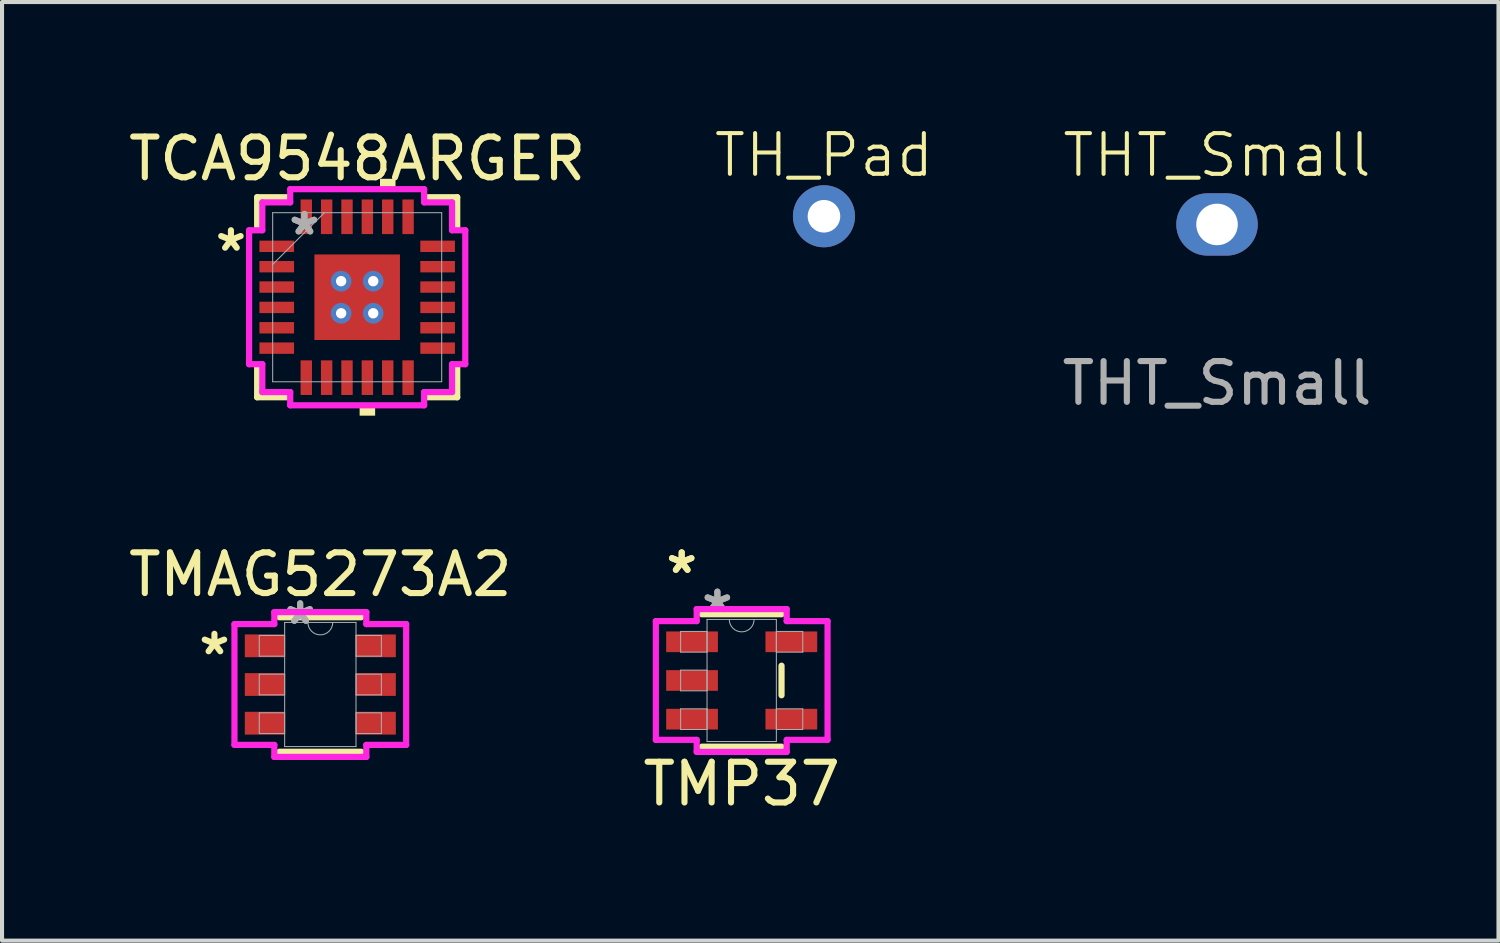
<source format=kicad_pcb>
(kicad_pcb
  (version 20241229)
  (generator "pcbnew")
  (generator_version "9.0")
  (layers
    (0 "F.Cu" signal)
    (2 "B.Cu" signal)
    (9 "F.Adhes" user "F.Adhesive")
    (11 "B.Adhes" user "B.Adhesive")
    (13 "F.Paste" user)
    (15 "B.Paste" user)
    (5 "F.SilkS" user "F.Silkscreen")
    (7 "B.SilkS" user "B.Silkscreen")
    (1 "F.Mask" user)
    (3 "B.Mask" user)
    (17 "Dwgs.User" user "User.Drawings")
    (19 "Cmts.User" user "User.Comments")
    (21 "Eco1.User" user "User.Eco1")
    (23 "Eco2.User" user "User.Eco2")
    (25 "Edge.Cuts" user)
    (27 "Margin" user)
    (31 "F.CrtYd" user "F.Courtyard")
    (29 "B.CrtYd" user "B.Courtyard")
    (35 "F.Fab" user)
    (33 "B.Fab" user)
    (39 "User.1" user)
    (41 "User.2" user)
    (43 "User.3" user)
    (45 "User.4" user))
  (footprint "TMAG5273A2"
    (layer "F.Cu")
    (at 4.815 13.757)
    (property "Reference" "TMAG5273A2" (at 0 -2.7 0) (unlocked yes) (layer "F.SilkS") (effects (font (size 1 1) (thickness 0.15))))
    (attr smd)
    (fp_line (start -1.003 1.651) (end 1.003 1.651) (stroke (width 0.152) (type solid)) (layer "F.SilkS"))
    (fp_line (start 1.003 -1.651) (end -1.003 -1.651) (stroke (width 0.152) (type solid)) (layer "F.SilkS"))
    (fp_line (start -2.108 -1.483) (end -1.13 -1.483) (stroke (width 0.152) (type solid)) (layer "F.CrtYd"))
    (fp_line (start -2.108 1.483) (end -2.108 -1.483) (stroke (width 0.152) (type solid)) (layer "F.CrtYd"))
    (fp_line (start -2.108 1.483) (end -1.13 1.483) (stroke (width 0.152) (type solid)) (layer "F.CrtYd"))
    (fp_line (start -1.13 -1.778) (end 1.13 -1.778) (stroke (width 0.152) (type solid)) (layer "F.CrtYd"))
    (fp_line (start -1.13 -1.483) (end -1.13 -1.778) (stroke (width 0.152) (type solid)) (layer "F.CrtYd"))
    (fp_line (start -1.13 1.778) (end -1.13 1.483) (stroke (width 0.152) (type solid)) (layer "F.CrtYd"))
    (fp_line (start 1.13 -1.778) (end 1.13 -1.483) (stroke (width 0.152) (type solid)) (layer "F.CrtYd"))
    (fp_line (start 1.13 1.483) (end 1.13 1.778) (stroke (width 0.152) (type solid)) (layer "F.CrtYd"))
    (fp_line (start 1.13 1.778) (end -1.13 1.778) (stroke (width 0.152) (type solid)) (layer "F.CrtYd"))
    (fp_line (start 2.108 -1.483) (end 1.13 -1.483) (stroke (width 0.152) (type solid)) (layer "F.CrtYd"))
    (fp_line (start 2.108 -1.483) (end 2.108 1.483) (stroke (width 0.152) (type solid)) (layer "F.CrtYd"))
    (fp_line (start 2.108 1.483) (end 1.13 1.483) (stroke (width 0.152) (type solid)) (layer "F.CrtYd"))
    (fp_line (start -1.499 -1.204) (end -1.499 -0.696) (stroke (width 0.025) (type solid)) (layer "F.Fab"))
    (fp_line (start -1.499 -0.696) (end -0.876 -0.696) (stroke (width 0.025) (type solid)) (layer "F.Fab"))
    (fp_line (start -1.499 -0.254) (end -1.499 0.254) (stroke (width 0.025) (type solid)) (layer "F.Fab"))
    (fp_line (start -1.499 0.254) (end -0.876 0.254) (stroke (width 0.025) (type solid)) (layer "F.Fab"))
    (fp_line (start -1.499 0.696) (end -1.499 1.204) (stroke (width 0.025) (type solid)) (layer "F.Fab"))
    (fp_line (start -1.499 1.204) (end -0.876 1.204) (stroke (width 0.025) (type solid)) (layer "F.Fab"))
    (fp_line (start -0.876 -1.524) (end -0.876 1.524) (stroke (width 0.025) (type solid)) (layer "F.Fab"))
    (fp_line (start -0.876 -1.204) (end -1.499 -1.204) (stroke (width 0.025) (type solid)) (layer "F.Fab"))
    (fp_line (start -0.876 -0.696) (end -0.876 -1.204) (stroke (width 0.025) (type solid)) (layer "F.Fab"))
    (fp_line (start -0.876 -0.254) (end -1.499 -0.254) (stroke (width 0.025) (type solid)) (layer "F.Fab"))
    (fp_line (start -0.876 0.254) (end -0.876 -0.254) (stroke (width 0.025) (type solid)) (layer "F.Fab"))
    (fp_line (start -0.876 0.696) (end -1.499 0.696) (stroke (width 0.025) (type solid)) (layer "F.Fab"))
    (fp_line (start -0.876 1.204) (end -0.876 0.696) (stroke (width 0.025) (type solid)) (layer "F.Fab"))
    (fp_line (start -0.876 1.524) (end 0.876 1.524) (stroke (width 0.025) (type solid)) (layer "F.Fab"))
    (fp_line (start 0.876 -1.524) (end -0.876 -1.524) (stroke (width 0.025) (type solid)) (layer "F.Fab"))
    (fp_line (start 0.876 -1.204) (end 0.876 -0.696) (stroke (width 0.025) (type solid)) (layer "F.Fab"))
    (fp_line (start 0.876 -0.696) (end 1.499 -0.696) (stroke (width 0.025) (type solid)) (layer "F.Fab"))
    (fp_line (start 0.876 -0.254) (end 0.876 0.254) (stroke (width 0.025) (type solid)) (layer "F.Fab"))
    (fp_line (start 0.876 0.254) (end 1.499 0.254) (stroke (width 0.025) (type solid)) (layer "F.Fab"))
    (fp_line (start 0.876 0.696) (end 0.876 1.204) (stroke (width 0.025) (type solid)) (layer "F.Fab"))
    (fp_line (start 0.876 1.204) (end 1.499 1.204) (stroke (width 0.025) (type solid)) (layer "F.Fab"))
    (fp_line (start 0.876 1.524) (end 0.876 -1.524) (stroke (width 0.025) (type solid)) (layer "F.Fab"))
    (fp_line (start 1.499 -1.204) (end 0.876 -1.204) (stroke (width 0.025) (type solid)) (layer "F.Fab"))
    (fp_line (start 1.499 -0.696) (end 1.499 -1.204) (stroke (width 0.025) (type solid)) (layer "F.Fab"))
    (fp_line (start 1.499 -0.254) (end 0.876 -0.254) (stroke (width 0.025) (type solid)) (layer "F.Fab"))
    (fp_line (start 1.499 0.254) (end 1.499 -0.254) (stroke (width 0.025) (type solid)) (layer "F.Fab"))
    (fp_line (start 1.499 0.696) (end 0.876 0.696) (stroke (width 0.025) (type solid)) (layer "F.Fab"))
    (fp_line (start 1.499 1.204) (end 1.499 0.696) (stroke (width 0.025) (type solid)) (layer "F.Fab"))
    (fp_arc (start 0.3048 -1.524) (mid 0 -1.2192) (end -0.3048 -1.524) (stroke (width 0.0254) (type solid)) (layer "F.Fab"))
    (fp_text user "*" (at -2.6 -0.7 0) (layer "F.SilkS") (effects (font (size 1 1) (thickness 0.15))))
    (fp_text user "*" (at -0.495 -1.448 0) (unlocked yes) (layer "F.Fab") (effects (font (size 1 1) (thickness 0.15))))
    (fp_text user "*" (at -0.495 -1.448 0) (layer "F.Fab") (effects (font (size 1 1) (thickness 0.15))))
    (pad "1" smd rect (at -1.365 -0.95) (size 0.978 0.559) (layers "F.Cu" "F.Mask" "F.Paste"))
    (pad "2" smd rect (at -1.365 0) (size 0.978 0.559) (layers "F.Cu" "F.Mask" "F.Paste"))
    (pad "3" smd rect (at -1.365 0.95) (size 0.978 0.559) (layers "F.Cu" "F.Mask" "F.Paste"))
    (pad "4" smd rect (at 1.365 0.95) (size 0.978 0.559) (layers "F.Cu" "F.Mask" "F.Paste"))
    (pad "5" smd rect (at 1.365 0) (size 0.978 0.559) (layers "F.Cu" "F.Mask" "F.Paste"))
    (pad "6" smd rect (at 1.365 -0.95) (size 0.978 0.559) (layers "F.Cu" "F.Mask" "F.Paste")))
  (footprint "TMP37"
    (layer "F.Cu")
    (at 15.161 13.658)
    (property "Reference" "TMP37" (at 0 2.54 0) (unlocked yes) (layer "F.SilkS") (effects (font (size 1 1) (thickness 0.15))))
    (attr smd)
    (fp_line (start -0.978 1.626) (end 0.978 1.626) (stroke (width 0.152) (type solid)) (layer "F.SilkS"))
    (fp_line (start 0.978 -1.626) (end -0.978 -1.626) (stroke (width 0.152) (type solid)) (layer "F.SilkS"))
    (fp_line (start 0.978 0.363) (end 0.978 -0.363) (stroke (width 0.152) (type solid)) (layer "F.SilkS"))
    (fp_line (start -2.108 -1.458) (end -1.105 -1.458) (stroke (width 0.152) (type solid)) (layer "F.CrtYd"))
    (fp_line (start -2.108 1.458) (end -2.108 -1.458) (stroke (width 0.152) (type solid)) (layer "F.CrtYd"))
    (fp_line (start -1.105 -1.753) (end 1.105 -1.753) (stroke (width 0.152) (type solid)) (layer "F.CrtYd"))
    (fp_line (start -1.105 -1.458) (end -1.105 -1.753) (stroke (width 0.152) (type solid)) (layer "F.CrtYd"))
    (fp_line (start -1.105 1.458) (end -2.108 1.458) (stroke (width 0.152) (type solid)) (layer "F.CrtYd"))
    (fp_line (start -1.105 1.753) (end -1.105 1.458) (stroke (width 0.152) (type solid)) (layer "F.CrtYd"))
    (fp_line (start 1.105 -1.753) (end 1.105 -1.458) (stroke (width 0.152) (type solid)) (layer "F.CrtYd"))
    (fp_line (start 1.105 -1.458) (end 2.108 -1.458) (stroke (width 0.152) (type solid)) (layer "F.CrtYd"))
    (fp_line (start 1.105 1.458) (end 1.105 1.753) (stroke (width 0.152) (type solid)) (layer "F.CrtYd"))
    (fp_line (start 1.105 1.753) (end -1.105 1.753) (stroke (width 0.152) (type solid)) (layer "F.CrtYd"))
    (fp_line (start 2.108 -1.458) (end 2.108 1.458) (stroke (width 0.152) (type solid)) (layer "F.CrtYd"))
    (fp_line (start 2.108 1.458) (end 1.105 1.458) (stroke (width 0.152) (type solid)) (layer "F.CrtYd"))
    (fp_line (start -1.499 -1.204) (end -1.499 -0.696) (stroke (width 0.025) (type solid)) (layer "F.Fab"))
    (fp_line (start -1.499 -0.696) (end -0.851 -0.696) (stroke (width 0.025) (type solid)) (layer "F.Fab"))
    (fp_line (start -1.499 -0.254) (end -1.499 0.254) (stroke (width 0.025) (type solid)) (layer "F.Fab"))
    (fp_line (start -1.499 0.254) (end -0.851 0.254) (stroke (width 0.025) (type solid)) (layer "F.Fab"))
    (fp_line (start -1.499 0.696) (end -1.499 1.204) (stroke (width 0.025) (type solid)) (layer "F.Fab"))
    (fp_line (start -1.499 1.204) (end -0.851 1.204) (stroke (width 0.025) (type solid)) (layer "F.Fab"))
    (fp_line (start -0.851 -1.499) (end -0.851 1.499) (stroke (width 0.025) (type solid)) (layer "F.Fab"))
    (fp_line (start -0.851 -1.204) (end -1.499 -1.204) (stroke (width 0.025) (type solid)) (layer "F.Fab"))
    (fp_line (start -0.851 -0.696) (end -0.851 -1.204) (stroke (width 0.025) (type solid)) (layer "F.Fab"))
    (fp_line (start -0.851 -0.254) (end -1.499 -0.254) (stroke (width 0.025) (type solid)) (layer "F.Fab"))
    (fp_line (start -0.851 0.254) (end -0.851 -0.254) (stroke (width 0.025) (type solid)) (layer "F.Fab"))
    (fp_line (start -0.851 0.696) (end -1.499 0.696) (stroke (width 0.025) (type solid)) (layer "F.Fab"))
    (fp_line (start -0.851 1.204) (end -0.851 0.696) (stroke (width 0.025) (type solid)) (layer "F.Fab"))
    (fp_line (start -0.851 1.499) (end 0.851 1.499) (stroke (width 0.025) (type solid)) (layer "F.Fab"))
    (fp_line (start 0.851 -1.499) (end -0.851 -1.499) (stroke (width 0.025) (type solid)) (layer "F.Fab"))
    (fp_line (start 0.851 -1.204) (end 0.851 -0.696) (stroke (width 0.025) (type solid)) (layer "F.Fab"))
    (fp_line (start 0.851 -0.696) (end 1.499 -0.696) (stroke (width 0.025) (type solid)) (layer "F.Fab"))
    (fp_line (start 0.851 0.696) (end 0.851 1.204) (stroke (width 0.025) (type solid)) (layer "F.Fab"))
    (fp_line (start 0.851 1.204) (end 1.499 1.204) (stroke (width 0.025) (type solid)) (layer "F.Fab"))
    (fp_line (start 0.851 1.499) (end 0.851 -1.499) (stroke (width 0.025) (type solid)) (layer "F.Fab"))
    (fp_line (start 1.499 -1.204) (end 0.851 -1.204) (stroke (width 0.025) (type solid)) (layer "F.Fab"))
    (fp_line (start 1.499 -0.696) (end 1.499 -1.204) (stroke (width 0.025) (type solid)) (layer "F.Fab"))
    (fp_line (start 1.499 0.696) (end 0.851 0.696) (stroke (width 0.025) (type solid)) (layer "F.Fab"))
    (fp_line (start 1.499 1.204) (end 1.499 0.696) (stroke (width 0.025) (type solid)) (layer "F.Fab"))
    (fp_arc (start 0.3048 -1.4986) (mid 0 -1.1938) (end -0.3048 -1.4986) (stroke (width 0.0254) (type solid)) (layer "F.Fab"))
    (fp_text user "*" (at -1.473 -2.601 0) (layer "F.SilkS") (effects (font (size 1 1) (thickness 0.15))))
    (fp_text user "*" (at -1.473 -2.601 0) (unlocked yes) (layer "F.SilkS") (effects (font (size 1 1) (thickness 0.15))))
    (fp_text user "*" (at -0.597 -1.636 0) (layer "F.Fab") (effects (font (size 1 1) (thickness 0.15))))
    (fp_text user "*" (at -0.597 -1.636 0) (unlocked yes) (layer "F.Fab") (effects (font (size 1 1) (thickness 0.15))))
    (pad "1" smd rect (at -1.219 -0.95) (size 1.27 0.508) (layers "F.Cu" "F.Mask" "F.Paste"))
    (pad "2" smd rect (at -1.219 0) (size 1.27 0.508) (layers "F.Cu" "F.Mask" "F.Paste"))
    (pad "3" smd rect (at -1.219 0.95) (size 1.27 0.508) (layers "F.Cu" "F.Mask" "F.Paste"))
    (pad "4" smd rect (at 1.219 0.95) (size 1.27 0.508) (layers "F.Cu" "F.Mask" "F.Paste"))
    (pad "5" smd rect (at 1.219 -0.95) (size 1.27 0.508) (layers "F.Cu" "F.Mask" "F.Paste")))
  (footprint "TCA9548ARGER"
    (layer "F.Cu")
    (at 5.72 4.248)
    (property "Reference" "TCA9548ARGER" (at 0 -3.4 0) (unlocked yes) (layer "F.SilkS") (effects (font (size 1 1) (thickness 0.15))))
    (attr smd)
    (fp_poly (pts (xy -1.113 -1.113) (xy -0.594 -1.113) (xy -0.594 1.113) (xy -1.113 1.113)) (stroke (width 0) (type solid)) (fill yes) (layer "F.Mask"))
    (fp_poly (pts (xy -1.113 -1.113) (xy 1.113 -1.113) (xy 1.113 -0.594) (xy -1.113 -0.594)) (stroke (width 0) (type solid)) (fill yes) (layer "F.Mask"))
    (fp_poly (pts (xy -1.113 -0.194) (xy 1.113 -0.194) (xy 1.113 0.194) (xy -1.113 0.194)) (stroke (width 0) (type solid)) (fill yes) (layer "F.Mask"))
    (fp_poly (pts (xy -1.113 0.594) (xy 1.113 0.594) (xy 1.113 1.113) (xy -1.113 1.113)) (stroke (width 0) (type solid)) (fill yes) (layer "F.Mask"))
    (fp_poly (pts (xy 0.194 -1.113) (xy -0.194 -1.113) (xy -0.194 1.113) (xy 0.194 1.113)) (stroke (width 0) (type solid)) (fill yes) (layer "F.Mask"))
    (fp_poly (pts (xy 0.594 -1.113) (xy 1.113 -1.113) (xy 1.113 1.113) (xy 0.594 1.113)) (stroke (width 0) (type solid)) (fill yes) (layer "F.Mask"))
    (fp_line (start -2.456 -2.456) (end -2.456 -1.718) (stroke (width 0.152) (type solid)) (layer "F.SilkS"))
    (fp_line (start -2.456 1.718) (end -2.456 2.456) (stroke (width 0.152) (type solid)) (layer "F.SilkS"))
    (fp_line (start -2.456 2.456) (end -1.718 2.456) (stroke (width 0.152) (type solid)) (layer "F.SilkS"))
    (fp_line (start -1.718 -2.456) (end -2.456 -2.456) (stroke (width 0.152) (type solid)) (layer "F.SilkS"))
    (fp_line (start 1.718 2.456) (end 2.456 2.456) (stroke (width 0.152) (type solid)) (layer "F.SilkS"))
    (fp_line (start 2.456 -2.456) (end 1.718 -2.456) (stroke (width 0.152) (type solid)) (layer "F.SilkS"))
    (fp_line (start 2.456 -1.718) (end 2.456 -2.456) (stroke (width 0.152) (type solid)) (layer "F.SilkS"))
    (fp_line (start 2.456 2.456) (end 2.456 1.718) (stroke (width 0.152) (type solid)) (layer "F.SilkS"))
    (fp_poly (pts (xy 0.06 2.654) (xy 0.06 2.908) (xy 0.441 2.908) (xy 0.441 2.654)) (stroke (width 0) (type solid)) (fill yes) (layer "F.SilkS"))
    (fp_poly (pts (xy 0.56 -2.654) (xy 0.56 -2.908) (xy 0.941 -2.908) (xy 0.941 -2.654)) (stroke (width 0) (type solid)) (fill yes) (layer "F.SilkS"))
    (fp_poly (pts (xy -0.975 -0.975) (xy -0.975 -0.494) (xy -0.635 -0.494) (xy -0.494 -0.635) (xy -0.494 -0.975)) (stroke (width 0) (type solid)) (fill yes) (layer "F.Paste"))
    (fp_poly (pts (xy -0.975 0.494) (xy -0.975 0.975) (xy -0.494 0.975) (xy -0.494 0.635) (xy -0.635 0.494)) (stroke (width 0) (type solid)) (fill yes) (layer "F.Paste"))
    (fp_poly (pts (xy 0.494 -0.975) (xy 0.494 -0.635) (xy 0.635 -0.494) (xy 0.975 -0.494) (xy 0.975 -0.975)) (stroke (width 0) (type solid)) (fill yes) (layer "F.Paste"))
    (fp_poly (pts (xy 0.635 0.494) (xy 0.494 0.635) (xy 0.494 0.975) (xy 0.975 0.975) (xy 0.975 0.494)) (stroke (width 0) (type solid)) (fill yes) (layer "F.Paste"))
    (fp_poly (pts (xy -0.975 -0.294) (xy -0.975 0.294) (xy -0.635 0.294) (xy -0.494 0.152) (xy -0.494 -0.152) (xy -0.635 -0.294)) (stroke (width 0) (type solid)) (fill yes) (layer "F.Paste"))
    (fp_poly (pts (xy -0.294 -0.975) (xy -0.294 -0.635) (xy -0.152 -0.494) (xy 0.152 -0.494) (xy 0.294 -0.635) (xy 0.294 -0.975)) (stroke (width 0) (type solid)) (fill yes) (layer "F.Paste"))
    (fp_poly (pts (xy -0.152 0.494) (xy -0.294 0.635) (xy -0.294 0.975) (xy 0.294 0.975) (xy 0.294 0.635) (xy 0.152 0.494)) (stroke (width 0) (type solid)) (fill yes) (layer "F.Paste"))
    (fp_poly (pts (xy 0.635 -0.294) (xy 0.494 -0.152) (xy 0.494 0.152) (xy 0.635 0.294) (xy 0.975 0.294) (xy 0.975 -0.294)) (stroke (width 0) (type solid)) (fill yes) (layer "F.Paste"))
    (fp_poly (pts (xy -0.152 -0.294) (xy -0.294 -0.152) (xy -0.294 0.152) (xy -0.152 0.294) (xy 0.152 0.294) (xy 0.294 0.152) (xy 0.294 -0.152) (xy 0.152 -0.294)) (stroke (width 0) (type solid)) (fill yes) (layer "F.Paste"))
    (fp_line (start -2.654 -1.644) (end -2.329 -1.644) (stroke (width 0.152) (type solid)) (layer "F.CrtYd"))
    (fp_line (start -2.654 1.644) (end -2.654 -1.644) (stroke (width 0.152) (type solid)) (layer "F.CrtYd"))
    (fp_line (start -2.329 -2.329) (end -1.644 -2.329) (stroke (width 0.152) (type solid)) (layer "F.CrtYd"))
    (fp_line (start -2.329 -1.644) (end -2.329 -2.329) (stroke (width 0.152) (type solid)) (layer "F.CrtYd"))
    (fp_line (start -2.329 1.644) (end -2.654 1.644) (stroke (width 0.152) (type solid)) (layer "F.CrtYd"))
    (fp_line (start -2.329 2.329) (end -2.329 1.644) (stroke (width 0.152) (type solid)) (layer "F.CrtYd"))
    (fp_line (start -1.644 -2.654) (end 1.644 -2.654) (stroke (width 0.152) (type solid)) (layer "F.CrtYd"))
    (fp_line (start -1.644 -2.329) (end -1.644 -2.654) (stroke (width 0.152) (type solid)) (layer "F.CrtYd"))
    (fp_line (start -1.644 2.329) (end -2.329 2.329) (stroke (width 0.152) (type solid)) (layer "F.CrtYd"))
    (fp_line (start -1.644 2.654) (end -1.644 2.329) (stroke (width 0.152) (type solid)) (layer "F.CrtYd"))
    (fp_line (start 1.644 -2.654) (end 1.644 -2.329) (stroke (width 0.152) (type solid)) (layer "F.CrtYd"))
    (fp_line (start 1.644 -2.329) (end 2.329 -2.329) (stroke (width 0.152) (type solid)) (layer "F.CrtYd"))
    (fp_line (start 1.644 2.329) (end 1.644 2.654) (stroke (width 0.152) (type solid)) (layer "F.CrtYd"))
    (fp_line (start 1.644 2.654) (end -1.644 2.654) (stroke (width 0.152) (type solid)) (layer "F.CrtYd"))
    (fp_line (start 2.329 -2.329) (end 2.329 -1.644) (stroke (width 0.152) (type solid)) (layer "F.CrtYd"))
    (fp_line (start 2.329 -1.644) (end 2.654 -1.644) (stroke (width 0.152) (type solid)) (layer "F.CrtYd"))
    (fp_line (start 2.329 1.644) (end 2.329 2.329) (stroke (width 0.152) (type solid)) (layer "F.CrtYd"))
    (fp_line (start 2.329 2.329) (end 1.644 2.329) (stroke (width 0.152) (type solid)) (layer "F.CrtYd"))
    (fp_line (start 2.654 -1.644) (end 2.654 1.644) (stroke (width 0.152) (type solid)) (layer "F.CrtYd"))
    (fp_line (start 2.654 1.644) (end 2.329 1.644) (stroke (width 0.152) (type solid)) (layer "F.CrtYd"))
    (fp_line (start -2.075 -2.075) (end -2.075 2.075) (stroke (width 0.025) (type solid)) (layer "F.Fab"))
    (fp_line (start -2.075 -0.805) (end -0.805 -2.075) (stroke (width 0.025) (type solid)) (layer "F.Fab"))
    (fp_line (start -2.075 2.075) (end 2.075 2.075) (stroke (width 0.025) (type solid)) (layer "F.Fab"))
    (fp_line (start 2.075 -2.075) (end -2.075 -2.075) (stroke (width 0.025) (type solid)) (layer "F.Fab"))
    (fp_line (start 2.075 2.075) (end 2.075 -2.075) (stroke (width 0.025) (type solid)) (layer "F.Fab"))
    (fp_text user "*" (at -3.1 -1.1 0) (layer "F.SilkS") (effects (font (size 1 1) (thickness 0.15))))
    (fp_text user "*" (at -1.296 -1.5 0) (layer "F.Fab") (effects (font (size 1 1) (thickness 0.15))))
    (fp_text user "*" (at -1.296 -1.5 0) (unlocked yes) (layer "F.Fab") (effects (font (size 1 1) (thickness 0.15))))
    (pad "1" smd rect (at -1.975 -1.25 90) (size 0.28 0.85) (layers "F.Cu" "F.Mask" "F.Paste"))
    (pad "2" smd rect (at -1.975 -0.75 90) (size 0.28 0.85) (layers "F.Cu" "F.Mask" "F.Paste"))
    (pad "3" smd rect (at -1.975 -0.25 90) (size 0.28 0.85) (layers "F.Cu" "F.Mask" "F.Paste"))
    (pad "4" smd rect (at -1.975 0.25 90) (size 0.28 0.85) (layers "F.Cu" "F.Mask" "F.Paste"))
    (pad "5" smd rect (at -1.975 0.75 90) (size 0.28 0.85) (layers "F.Cu" "F.Mask" "F.Paste"))
    (pad "6" smd rect (at -1.975 1.25 90) (size 0.28 0.85) (layers "F.Cu" "F.Mask" "F.Paste"))
    (pad "7" smd rect (at -1.25 1.975) (size 0.28 0.85) (layers "F.Cu" "F.Mask" "F.Paste"))
    (pad "8" smd rect (at -0.75 1.975) (size 0.28 0.85) (layers "F.Cu" "F.Mask" "F.Paste"))
    (pad "9" smd rect (at -0.25 1.975) (size 0.28 0.85) (layers "F.Cu" "F.Mask" "F.Paste"))
    (pad "10" smd rect (at 0.25 1.975) (size 0.28 0.85) (layers "F.Cu" "F.Mask" "F.Paste"))
    (pad "11" smd rect (at 0.75 1.975) (size 0.28 0.85) (layers "F.Cu" "F.Mask" "F.Paste"))
    (pad "12" smd rect (at 1.25 1.975) (size 0.28 0.85) (layers "F.Cu" "F.Mask" "F.Paste"))
    (pad "13" smd rect (at 1.975 1.25 90) (size 0.28 0.85) (layers "F.Cu" "F.Mask" "F.Paste"))
    (pad "14" smd rect (at 1.975 0.75 90) (size 0.28 0.85) (layers "F.Cu" "F.Mask" "F.Paste"))
    (pad "15" smd rect (at 1.975 0.25 90) (size 0.28 0.85) (layers "F.Cu" "F.Mask" "F.Paste"))
    (pad "16" smd rect (at 1.975 -0.25 90) (size 0.28 0.85) (layers "F.Cu" "F.Mask" "F.Paste"))
    (pad "17" smd rect (at 1.975 -0.75 90) (size 0.28 0.85) (layers "F.Cu" "F.Mask" "F.Paste"))
    (pad "18" smd rect (at 1.975 -1.25 90) (size 0.28 0.85) (layers "F.Cu" "F.Mask" "F.Paste"))
    (pad "19" smd rect (at 1.25 -1.975) (size 0.28 0.85) (layers "F.Cu" "F.Mask" "F.Paste"))
    (pad "20" smd rect (at 0.75 -1.975) (size 0.28 0.85) (layers "F.Cu" "F.Mask" "F.Paste"))
    (pad "21" smd rect (at 0.25 -1.975) (size 0.28 0.85) (layers "F.Cu" "F.Mask" "F.Paste"))
    (pad "22" smd rect (at -0.25 -1.975) (size 0.28 0.85) (layers "F.Cu" "F.Mask" "F.Paste"))
    (pad "23" smd rect (at -0.75 -1.975) (size 0.28 0.85) (layers "F.Cu" "F.Mask" "F.Paste"))
    (pad "24" smd rect (at -1.25 -1.975) (size 0.28 0.85) (layers "F.Cu" "F.Mask" "F.Paste"))
    (pad "25" smd rect (at 0 0) (size 2.1 2.1) (layers "F.Cu"))
    (pad "V" thru_hole circle (at -0.394 -0.394) (size 0.508 0.508) (drill 0.254) (layers "*.Cu" "*.Mask"))
    (pad "V" thru_hole circle (at -0.394 0.394) (size 0.508 0.508) (drill 0.254) (layers "*.Cu" "*.Mask"))
    (pad "V" thru_hole circle (at 0.394 -0.394) (size 0.508 0.508) (drill 0.254) (layers "*.Cu" "*.Mask"))
    (pad "V" thru_hole circle (at 0.394 0.394) (size 0.508 0.508) (drill 0.254) (layers "*.Cu" "*.Mask")))
  (footprint "THT_Small"
    (layer "F.Cu")
    (at 26.832 2.461)
    (property "Reference" "THT_Small" (at 0 -1.7 0) (unlocked yes) (layer "F.SilkS") (effects (font (size 1 1) (thickness 0.1))))
    (attr through_hole)
    (fp_text user "${REFERENCE}" (at 0 3.9 0) (unlocked yes) (layer "F.Fab") (effects (font (size 1 1) (thickness 0.15))))
    (pad "1" thru_hole oval (at 0 0) (size 2 1.53) (drill 1.02) (layers "*.Cu" "*.Mask")))
  (footprint "TH_Pad"
    (layer "F.Cu")
    (at 17.181 2.26)
    (property "Reference" "TH_Pad" (at 0 -1.5 0) (unlocked yes) (layer "F.SilkS") (effects (font (size 1 1) (thickness 0.1))))
    (attr through_hole)
    (pad "1" thru_hole circle (at 0 0) (size 1.524 1.524) (drill 0.8) (layers "*.Cu" "*.Mask")))
  (gr_rect
    (start -3 -3)
    (end 33.743 20.046)
    (stroke (width 0.1) (type default))
    (fill no)
    (layer "Edge.Cuts")))
</source>
